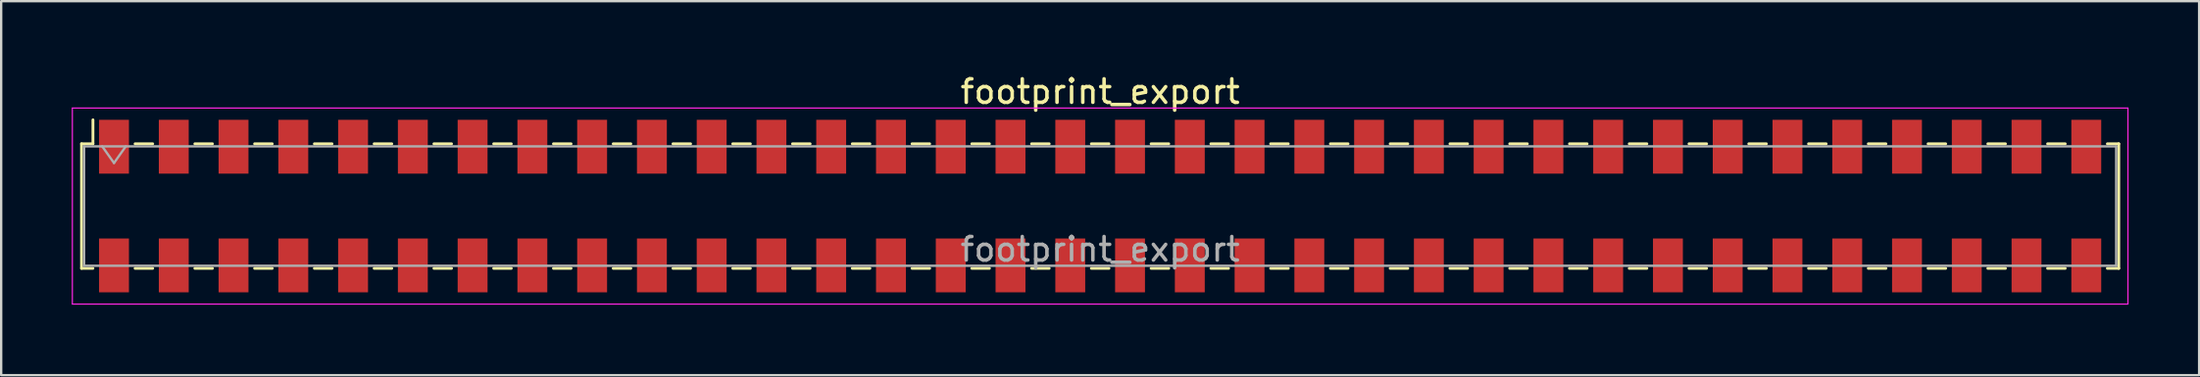
<source format=kicad_pcb>
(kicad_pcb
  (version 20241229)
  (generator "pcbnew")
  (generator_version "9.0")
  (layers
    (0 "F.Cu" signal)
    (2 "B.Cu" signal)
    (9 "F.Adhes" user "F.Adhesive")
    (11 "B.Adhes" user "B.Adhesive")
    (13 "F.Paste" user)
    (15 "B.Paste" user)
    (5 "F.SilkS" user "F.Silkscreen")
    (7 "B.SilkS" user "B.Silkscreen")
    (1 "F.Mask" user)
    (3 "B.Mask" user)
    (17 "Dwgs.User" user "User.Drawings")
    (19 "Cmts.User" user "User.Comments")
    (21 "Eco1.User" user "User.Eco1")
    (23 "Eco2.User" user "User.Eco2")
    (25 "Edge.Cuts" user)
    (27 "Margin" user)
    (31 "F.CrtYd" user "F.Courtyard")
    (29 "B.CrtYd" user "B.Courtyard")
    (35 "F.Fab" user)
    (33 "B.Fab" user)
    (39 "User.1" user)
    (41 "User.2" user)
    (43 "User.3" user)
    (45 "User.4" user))
  (footprint "footprint_export"
    (layer "F.Cu")
    (at 43.705 5.718)
    (property "Reference" "footprint_export" (at 0 -4.87 0) (layer "F.SilkS") (effects (font (size 1 1) (thickness 0.15))))
    (attr smd)
    (fp_line (start -43.29 -2.65) (end -43.29 2.65) (stroke (width 0.12) (type solid)) (layer "F.SilkS"))
    (fp_line (start -43.29 2.65) (end -42.805 2.65) (stroke (width 0.12) (type solid)) (layer "F.SilkS"))
    (fp_line (start -42.805 -3.67) (end -42.805 -2.65) (stroke (width 0.12) (type solid)) (layer "F.SilkS"))
    (fp_line (start -42.805 -2.65) (end -43.29 -2.65) (stroke (width 0.12) (type solid)) (layer "F.SilkS"))
    (fp_line (start -41.015 -2.65) (end -40.265 -2.65) (stroke (width 0.12) (type solid)) (layer "F.SilkS"))
    (fp_line (start -41.015 2.65) (end -40.265 2.65) (stroke (width 0.12) (type solid)) (layer "F.SilkS"))
    (fp_line (start -38.475 -2.65) (end -37.725 -2.65) (stroke (width 0.12) (type solid)) (layer "F.SilkS"))
    (fp_line (start -38.475 2.65) (end -37.725 2.65) (stroke (width 0.12) (type solid)) (layer "F.SilkS"))
    (fp_line (start -35.935 -2.65) (end -35.185 -2.65) (stroke (width 0.12) (type solid)) (layer "F.SilkS"))
    (fp_line (start -35.935 2.65) (end -35.185 2.65) (stroke (width 0.12) (type solid)) (layer "F.SilkS"))
    (fp_line (start -33.395 -2.65) (end -32.645 -2.65) (stroke (width 0.12) (type solid)) (layer "F.SilkS"))
    (fp_line (start -33.395 2.65) (end -32.645 2.65) (stroke (width 0.12) (type solid)) (layer "F.SilkS"))
    (fp_line (start -30.855 -2.65) (end -30.105 -2.65) (stroke (width 0.12) (type solid)) (layer "F.SilkS"))
    (fp_line (start -30.855 2.65) (end -30.105 2.65) (stroke (width 0.12) (type solid)) (layer "F.SilkS"))
    (fp_line (start -28.315 -2.65) (end -27.565 -2.65) (stroke (width 0.12) (type solid)) (layer "F.SilkS"))
    (fp_line (start -28.315 2.65) (end -27.565 2.65) (stroke (width 0.12) (type solid)) (layer "F.SilkS"))
    (fp_line (start -25.775 -2.65) (end -25.025 -2.65) (stroke (width 0.12) (type solid)) (layer "F.SilkS"))
    (fp_line (start -25.775 2.65) (end -25.025 2.65) (stroke (width 0.12) (type solid)) (layer "F.SilkS"))
    (fp_line (start -23.235 -2.65) (end -22.485 -2.65) (stroke (width 0.12) (type solid)) (layer "F.SilkS"))
    (fp_line (start -23.235 2.65) (end -22.485 2.65) (stroke (width 0.12) (type solid)) (layer "F.SilkS"))
    (fp_line (start -20.695 -2.65) (end -19.945 -2.65) (stroke (width 0.12) (type solid)) (layer "F.SilkS"))
    (fp_line (start -20.695 2.65) (end -19.945 2.65) (stroke (width 0.12) (type solid)) (layer "F.SilkS"))
    (fp_line (start -18.155 -2.65) (end -17.405 -2.65) (stroke (width 0.12) (type solid)) (layer "F.SilkS"))
    (fp_line (start -18.155 2.65) (end -17.405 2.65) (stroke (width 0.12) (type solid)) (layer "F.SilkS"))
    (fp_line (start -15.615 -2.65) (end -14.865 -2.65) (stroke (width 0.12) (type solid)) (layer "F.SilkS"))
    (fp_line (start -15.615 2.65) (end -14.865 2.65) (stroke (width 0.12) (type solid)) (layer "F.SilkS"))
    (fp_line (start -13.075 -2.65) (end -12.325 -2.65) (stroke (width 0.12) (type solid)) (layer "F.SilkS"))
    (fp_line (start -13.075 2.65) (end -12.325 2.65) (stroke (width 0.12) (type solid)) (layer "F.SilkS"))
    (fp_line (start -10.535 -2.65) (end -9.785 -2.65) (stroke (width 0.12) (type solid)) (layer "F.SilkS"))
    (fp_line (start -10.535 2.65) (end -9.785 2.65) (stroke (width 0.12) (type solid)) (layer "F.SilkS"))
    (fp_line (start -7.995 -2.65) (end -7.245 -2.65) (stroke (width 0.12) (type solid)) (layer "F.SilkS"))
    (fp_line (start -7.995 2.65) (end -7.245 2.65) (stroke (width 0.12) (type solid)) (layer "F.SilkS"))
    (fp_line (start -5.455 -2.65) (end -4.705 -2.65) (stroke (width 0.12) (type solid)) (layer "F.SilkS"))
    (fp_line (start -5.455 2.65) (end -4.705 2.65) (stroke (width 0.12) (type solid)) (layer "F.SilkS"))
    (fp_line (start -2.915 -2.65) (end -2.165 -2.65) (stroke (width 0.12) (type solid)) (layer "F.SilkS"))
    (fp_line (start -2.915 2.65) (end -2.165 2.65) (stroke (width 0.12) (type solid)) (layer "F.SilkS"))
    (fp_line (start -0.375 -2.65) (end 0.375 -2.65) (stroke (width 0.12) (type solid)) (layer "F.SilkS"))
    (fp_line (start -0.375 2.65) (end 0.375 2.65) (stroke (width 0.12) (type solid)) (layer "F.SilkS"))
    (fp_line (start 2.165 -2.65) (end 2.915 -2.65) (stroke (width 0.12) (type solid)) (layer "F.SilkS"))
    (fp_line (start 2.165 2.65) (end 2.915 2.65) (stroke (width 0.12) (type solid)) (layer "F.SilkS"))
    (fp_line (start 4.705 -2.65) (end 5.455 -2.65) (stroke (width 0.12) (type solid)) (layer "F.SilkS"))
    (fp_line (start 4.705 2.65) (end 5.455 2.65) (stroke (width 0.12) (type solid)) (layer "F.SilkS"))
    (fp_line (start 7.245 -2.65) (end 7.995 -2.65) (stroke (width 0.12) (type solid)) (layer "F.SilkS"))
    (fp_line (start 7.245 2.65) (end 7.995 2.65) (stroke (width 0.12) (type solid)) (layer "F.SilkS"))
    (fp_line (start 9.785 -2.65) (end 10.535 -2.65) (stroke (width 0.12) (type solid)) (layer "F.SilkS"))
    (fp_line (start 9.785 2.65) (end 10.535 2.65) (stroke (width 0.12) (type solid)) (layer "F.SilkS"))
    (fp_line (start 12.325 -2.65) (end 13.075 -2.65) (stroke (width 0.12) (type solid)) (layer "F.SilkS"))
    (fp_line (start 12.325 2.65) (end 13.075 2.65) (stroke (width 0.12) (type solid)) (layer "F.SilkS"))
    (fp_line (start 14.865 -2.65) (end 15.615 -2.65) (stroke (width 0.12) (type solid)) (layer "F.SilkS"))
    (fp_line (start 14.865 2.65) (end 15.615 2.65) (stroke (width 0.12) (type solid)) (layer "F.SilkS"))
    (fp_line (start 17.405 -2.65) (end 18.155 -2.65) (stroke (width 0.12) (type solid)) (layer "F.SilkS"))
    (fp_line (start 17.405 2.65) (end 18.155 2.65) (stroke (width 0.12) (type solid)) (layer "F.SilkS"))
    (fp_line (start 19.945 -2.65) (end 20.695 -2.65) (stroke (width 0.12) (type solid)) (layer "F.SilkS"))
    (fp_line (start 19.945 2.65) (end 20.695 2.65) (stroke (width 0.12) (type solid)) (layer "F.SilkS"))
    (fp_line (start 22.485 -2.65) (end 23.235 -2.65) (stroke (width 0.12) (type solid)) (layer "F.SilkS"))
    (fp_line (start 22.485 2.65) (end 23.235 2.65) (stroke (width 0.12) (type solid)) (layer "F.SilkS"))
    (fp_line (start 25.025 -2.65) (end 25.775 -2.65) (stroke (width 0.12) (type solid)) (layer "F.SilkS"))
    (fp_line (start 25.025 2.65) (end 25.775 2.65) (stroke (width 0.12) (type solid)) (layer "F.SilkS"))
    (fp_line (start 27.565 -2.65) (end 28.315 -2.65) (stroke (width 0.12) (type solid)) (layer "F.SilkS"))
    (fp_line (start 27.565 2.65) (end 28.315 2.65) (stroke (width 0.12) (type solid)) (layer "F.SilkS"))
    (fp_line (start 30.105 -2.65) (end 30.855 -2.65) (stroke (width 0.12) (type solid)) (layer "F.SilkS"))
    (fp_line (start 30.105 2.65) (end 30.855 2.65) (stroke (width 0.12) (type solid)) (layer "F.SilkS"))
    (fp_line (start 32.645 -2.65) (end 33.395 -2.65) (stroke (width 0.12) (type solid)) (layer "F.SilkS"))
    (fp_line (start 32.645 2.65) (end 33.395 2.65) (stroke (width 0.12) (type solid)) (layer "F.SilkS"))
    (fp_line (start 35.185 -2.65) (end 35.935 -2.65) (stroke (width 0.12) (type solid)) (layer "F.SilkS"))
    (fp_line (start 35.185 2.65) (end 35.935 2.65) (stroke (width 0.12) (type solid)) (layer "F.SilkS"))
    (fp_line (start 37.725 -2.65) (end 38.475 -2.65) (stroke (width 0.12) (type solid)) (layer "F.SilkS"))
    (fp_line (start 37.725 2.65) (end 38.475 2.65) (stroke (width 0.12) (type solid)) (layer "F.SilkS"))
    (fp_line (start 40.265 -2.65) (end 41.015 -2.65) (stroke (width 0.12) (type solid)) (layer "F.SilkS"))
    (fp_line (start 40.265 2.65) (end 41.015 2.65) (stroke (width 0.12) (type solid)) (layer "F.SilkS"))
    (fp_line (start 42.805 -2.65) (end 43.29 -2.65) (stroke (width 0.12) (type solid)) (layer "F.SilkS"))
    (fp_line (start 43.29 -2.65) (end 43.29 2.65) (stroke (width 0.12) (type solid)) (layer "F.SilkS"))
    (fp_line (start 43.29 2.65) (end 42.805 2.65) (stroke (width 0.12) (type solid)) (layer "F.SilkS"))
    (fp_line (start -43.68 -4.17) (end 43.68 -4.17) (stroke (width 0.05) (type solid)) (layer "F.CrtYd"))
    (fp_line (start -43.68 4.17) (end -43.68 -4.17) (stroke (width 0.05) (type solid)) (layer "F.CrtYd"))
    (fp_line (start 43.68 -4.17) (end 43.68 4.17) (stroke (width 0.05) (type solid)) (layer "F.CrtYd"))
    (fp_line (start 43.68 4.17) (end -43.68 4.17) (stroke (width 0.05) (type solid)) (layer "F.CrtYd"))
    (fp_line (start -43.18 -2.54) (end 43.18 -2.54) (stroke (width 0.1) (type solid)) (layer "F.Fab"))
    (fp_line (start -43.18 2.54) (end -43.18 -2.54) (stroke (width 0.1) (type solid)) (layer "F.Fab"))
    (fp_line (start -42.41 -2.54) (end -41.91 -1.833) (stroke (width 0.1) (type solid)) (layer "F.Fab"))
    (fp_line (start -41.91 -1.833) (end -41.41 -2.54) (stroke (width 0.1) (type solid)) (layer "F.Fab"))
    (fp_line (start 43.18 -2.54) (end 43.18 2.54) (stroke (width 0.1) (type solid)) (layer "F.Fab"))
    (fp_line (start 43.18 2.54) (end -43.18 2.54) (stroke (width 0.1) (type solid)) (layer "F.Fab"))
    (fp_text user "${REFERENCE}" (at 0 1.84 0) (layer "F.Fab") (effects (font (size 1 1) (thickness 0.15))))
    (pad "1" smd rect (at -41.91 -2.525) (size 1.27 2.29) (layers "F.Cu" "F.Mask" "F.Paste"))
    (pad "2" smd rect (at -41.91 2.525) (size 1.27 2.29) (layers "F.Cu" "F.Mask" "F.Paste"))
    (pad "3" smd rect (at -39.37 -2.525) (size 1.27 2.29) (layers "F.Cu" "F.Mask" "F.Paste"))
    (pad "4" smd rect (at -39.37 2.525) (size 1.27 2.29) (layers "F.Cu" "F.Mask" "F.Paste"))
    (pad "5" smd rect (at -36.83 -2.525) (size 1.27 2.29) (layers "F.Cu" "F.Mask" "F.Paste"))
    (pad "6" smd rect (at -36.83 2.525) (size 1.27 2.29) (layers "F.Cu" "F.Mask" "F.Paste"))
    (pad "7" smd rect (at -34.29 -2.525) (size 1.27 2.29) (layers "F.Cu" "F.Mask" "F.Paste"))
    (pad "8" smd rect (at -34.29 2.525) (size 1.27 2.29) (layers "F.Cu" "F.Mask" "F.Paste"))
    (pad "9" smd rect (at -31.75 -2.525) (size 1.27 2.29) (layers "F.Cu" "F.Mask" "F.Paste"))
    (pad "10" smd rect (at -31.75 2.525) (size 1.27 2.29) (layers "F.Cu" "F.Mask" "F.Paste"))
    (pad "11" smd rect (at -29.21 -2.525) (size 1.27 2.29) (layers "F.Cu" "F.Mask" "F.Paste"))
    (pad "12" smd rect (at -29.21 2.525) (size 1.27 2.29) (layers "F.Cu" "F.Mask" "F.Paste"))
    (pad "13" smd rect (at -26.67 -2.525) (size 1.27 2.29) (layers "F.Cu" "F.Mask" "F.Paste"))
    (pad "14" smd rect (at -26.67 2.525) (size 1.27 2.29) (layers "F.Cu" "F.Mask" "F.Paste"))
    (pad "15" smd rect (at -24.13 -2.525) (size 1.27 2.29) (layers "F.Cu" "F.Mask" "F.Paste"))
    (pad "16" smd rect (at -24.13 2.525) (size 1.27 2.29) (layers "F.Cu" "F.Mask" "F.Paste"))
    (pad "17" smd rect (at -21.59 -2.525) (size 1.27 2.29) (layers "F.Cu" "F.Mask" "F.Paste"))
    (pad "18" smd rect (at -21.59 2.525) (size 1.27 2.29) (layers "F.Cu" "F.Mask" "F.Paste"))
    (pad "19" smd rect (at -19.05 -2.525) (size 1.27 2.29) (layers "F.Cu" "F.Mask" "F.Paste"))
    (pad "20" smd rect (at -19.05 2.525) (size 1.27 2.29) (layers "F.Cu" "F.Mask" "F.Paste"))
    (pad "21" smd rect (at -16.51 -2.525) (size 1.27 2.29) (layers "F.Cu" "F.Mask" "F.Paste"))
    (pad "22" smd rect (at -16.51 2.525) (size 1.27 2.29) (layers "F.Cu" "F.Mask" "F.Paste"))
    (pad "23" smd rect (at -13.97 -2.525) (size 1.27 2.29) (layers "F.Cu" "F.Mask" "F.Paste"))
    (pad "24" smd rect (at -13.97 2.525) (size 1.27 2.29) (layers "F.Cu" "F.Mask" "F.Paste"))
    (pad "25" smd rect (at -11.43 -2.525) (size 1.27 2.29) (layers "F.Cu" "F.Mask" "F.Paste"))
    (pad "26" smd rect (at -11.43 2.525) (size 1.27 2.29) (layers "F.Cu" "F.Mask" "F.Paste"))
    (pad "27" smd rect (at -8.89 -2.525) (size 1.27 2.29) (layers "F.Cu" "F.Mask" "F.Paste"))
    (pad "28" smd rect (at -8.89 2.525) (size 1.27 2.29) (layers "F.Cu" "F.Mask" "F.Paste"))
    (pad "29" smd rect (at -6.35 -2.525) (size 1.27 2.29) (layers "F.Cu" "F.Mask" "F.Paste"))
    (pad "30" smd rect (at -6.35 2.525) (size 1.27 2.29) (layers "F.Cu" "F.Mask" "F.Paste"))
    (pad "31" smd rect (at -3.81 -2.525) (size 1.27 2.29) (layers "F.Cu" "F.Mask" "F.Paste"))
    (pad "32" smd rect (at -3.81 2.525) (size 1.27 2.29) (layers "F.Cu" "F.Mask" "F.Paste"))
    (pad "33" smd rect (at -1.27 -2.525) (size 1.27 2.29) (layers "F.Cu" "F.Mask" "F.Paste"))
    (pad "34" smd rect (at -1.27 2.525) (size 1.27 2.29) (layers "F.Cu" "F.Mask" "F.Paste"))
    (pad "35" smd rect (at 1.27 -2.525) (size 1.27 2.29) (layers "F.Cu" "F.Mask" "F.Paste"))
    (pad "36" smd rect (at 1.27 2.525) (size 1.27 2.29) (layers "F.Cu" "F.Mask" "F.Paste"))
    (pad "37" smd rect (at 3.81 -2.525) (size 1.27 2.29) (layers "F.Cu" "F.Mask" "F.Paste"))
    (pad "38" smd rect (at 3.81 2.525) (size 1.27 2.29) (layers "F.Cu" "F.Mask" "F.Paste"))
    (pad "39" smd rect (at 6.35 -2.525) (size 1.27 2.29) (layers "F.Cu" "F.Mask" "F.Paste"))
    (pad "40" smd rect (at 6.35 2.525) (size 1.27 2.29) (layers "F.Cu" "F.Mask" "F.Paste"))
    (pad "41" smd rect (at 8.89 -2.525) (size 1.27 2.29) (layers "F.Cu" "F.Mask" "F.Paste"))
    (pad "42" smd rect (at 8.89 2.525) (size 1.27 2.29) (layers "F.Cu" "F.Mask" "F.Paste"))
    (pad "43" smd rect (at 11.43 -2.525) (size 1.27 2.29) (layers "F.Cu" "F.Mask" "F.Paste"))
    (pad "44" smd rect (at 11.43 2.525) (size 1.27 2.29) (layers "F.Cu" "F.Mask" "F.Paste"))
    (pad "45" smd rect (at 13.97 -2.525) (size 1.27 2.29) (layers "F.Cu" "F.Mask" "F.Paste"))
    (pad "46" smd rect (at 13.97 2.525) (size 1.27 2.29) (layers "F.Cu" "F.Mask" "F.Paste"))
    (pad "47" smd rect (at 16.51 -2.525) (size 1.27 2.29) (layers "F.Cu" "F.Mask" "F.Paste"))
    (pad "48" smd rect (at 16.51 2.525) (size 1.27 2.29) (layers "F.Cu" "F.Mask" "F.Paste"))
    (pad "49" smd rect (at 19.05 -2.525) (size 1.27 2.29) (layers "F.Cu" "F.Mask" "F.Paste"))
    (pad "50" smd rect (at 19.05 2.525) (size 1.27 2.29) (layers "F.Cu" "F.Mask" "F.Paste"))
    (pad "51" smd rect (at 21.59 -2.525) (size 1.27 2.29) (layers "F.Cu" "F.Mask" "F.Paste"))
    (pad "52" smd rect (at 21.59 2.525) (size 1.27 2.29) (layers "F.Cu" "F.Mask" "F.Paste"))
    (pad "53" smd rect (at 24.13 -2.525) (size 1.27 2.29) (layers "F.Cu" "F.Mask" "F.Paste"))
    (pad "54" smd rect (at 24.13 2.525) (size 1.27 2.29) (layers "F.Cu" "F.Mask" "F.Paste"))
    (pad "55" smd rect (at 26.67 -2.525) (size 1.27 2.29) (layers "F.Cu" "F.Mask" "F.Paste"))
    (pad "56" smd rect (at 26.67 2.525) (size 1.27 2.29) (layers "F.Cu" "F.Mask" "F.Paste"))
    (pad "57" smd rect (at 29.21 -2.525) (size 1.27 2.29) (layers "F.Cu" "F.Mask" "F.Paste"))
    (pad "58" smd rect (at 29.21 2.525) (size 1.27 2.29) (layers "F.Cu" "F.Mask" "F.Paste"))
    (pad "59" smd rect (at 31.75 -2.525) (size 1.27 2.29) (layers "F.Cu" "F.Mask" "F.Paste"))
    (pad "60" smd rect (at 31.75 2.525) (size 1.27 2.29) (layers "F.Cu" "F.Mask" "F.Paste"))
    (pad "61" smd rect (at 34.29 -2.525) (size 1.27 2.29) (layers "F.Cu" "F.Mask" "F.Paste"))
    (pad "62" smd rect (at 34.29 2.525) (size 1.27 2.29) (layers "F.Cu" "F.Mask" "F.Paste"))
    (pad "63" smd rect (at 36.83 -2.525) (size 1.27 2.29) (layers "F.Cu" "F.Mask" "F.Paste"))
    (pad "64" smd rect (at 36.83 2.525) (size 1.27 2.29) (layers "F.Cu" "F.Mask" "F.Paste"))
    (pad "65" smd rect (at 39.37 -2.525) (size 1.27 2.29) (layers "F.Cu" "F.Mask" "F.Paste"))
    (pad "66" smd rect (at 39.37 2.525) (size 1.27 2.29) (layers "F.Cu" "F.Mask" "F.Paste"))
    (pad "67" smd rect (at 41.91 -2.525) (size 1.27 2.29) (layers "F.Cu" "F.Mask" "F.Paste"))
    (pad "68" smd rect (at 41.91 2.525) (size 1.27 2.29) (layers "F.Cu" "F.Mask" "F.Paste")))
  (gr_rect
    (start -3 -3)
    (end 90.41 12.913)
    (stroke (width 0.1) (type default))
    (fill no)
    (layer "Edge.Cuts")))
</source>
